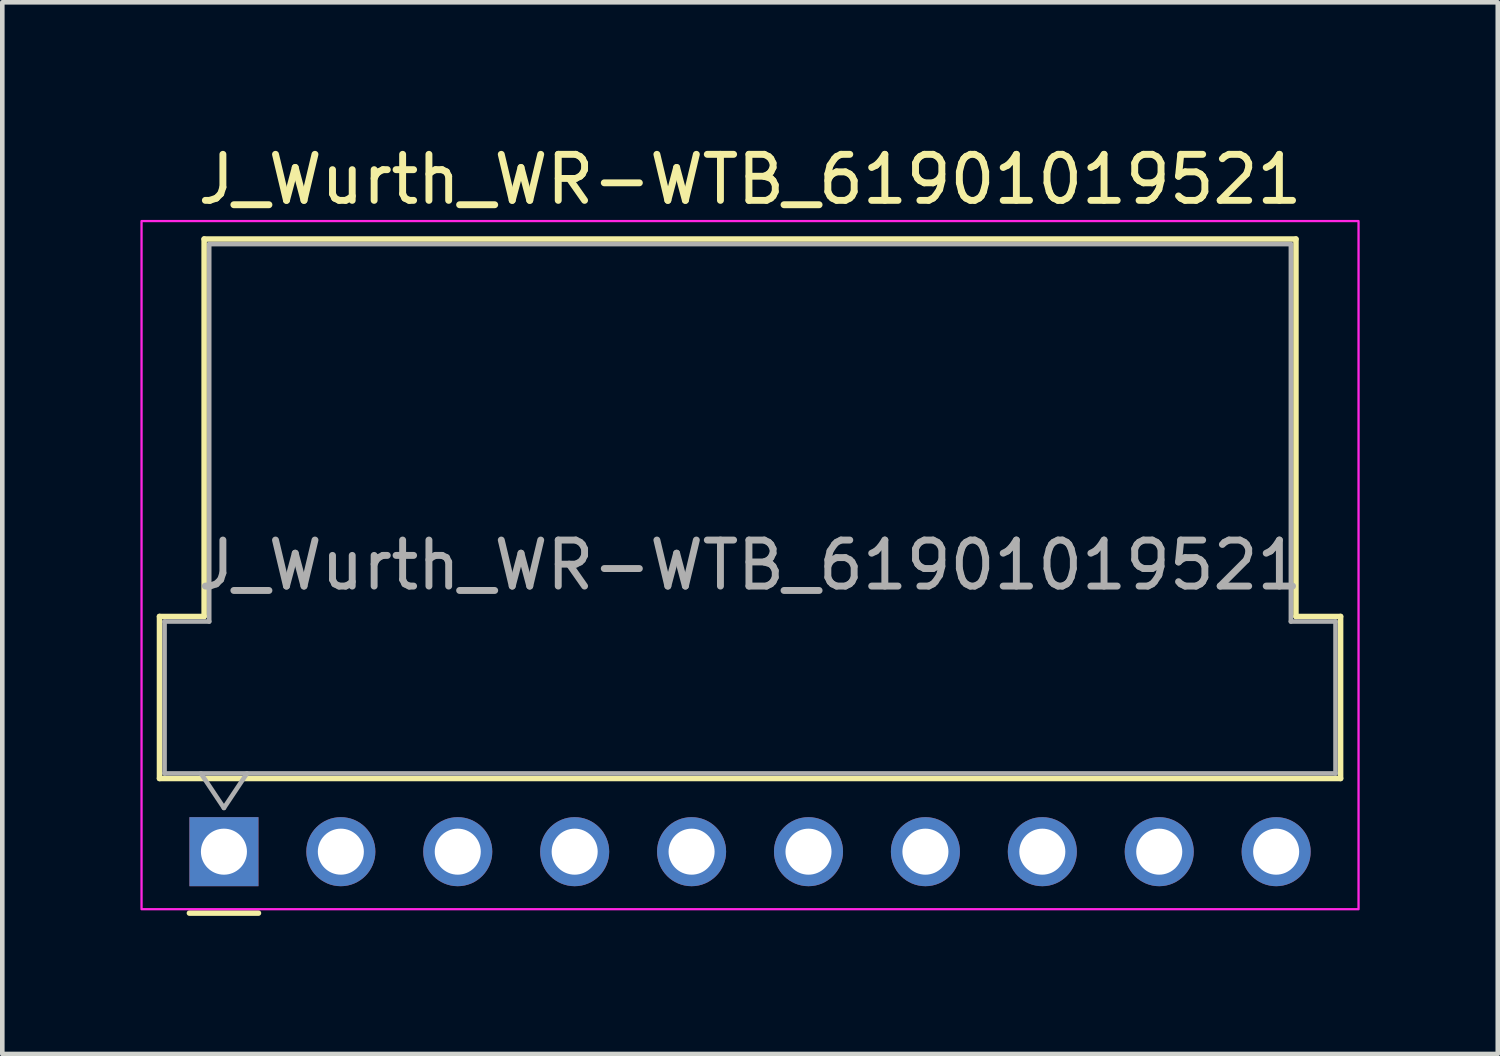
<source format=kicad_pcb>
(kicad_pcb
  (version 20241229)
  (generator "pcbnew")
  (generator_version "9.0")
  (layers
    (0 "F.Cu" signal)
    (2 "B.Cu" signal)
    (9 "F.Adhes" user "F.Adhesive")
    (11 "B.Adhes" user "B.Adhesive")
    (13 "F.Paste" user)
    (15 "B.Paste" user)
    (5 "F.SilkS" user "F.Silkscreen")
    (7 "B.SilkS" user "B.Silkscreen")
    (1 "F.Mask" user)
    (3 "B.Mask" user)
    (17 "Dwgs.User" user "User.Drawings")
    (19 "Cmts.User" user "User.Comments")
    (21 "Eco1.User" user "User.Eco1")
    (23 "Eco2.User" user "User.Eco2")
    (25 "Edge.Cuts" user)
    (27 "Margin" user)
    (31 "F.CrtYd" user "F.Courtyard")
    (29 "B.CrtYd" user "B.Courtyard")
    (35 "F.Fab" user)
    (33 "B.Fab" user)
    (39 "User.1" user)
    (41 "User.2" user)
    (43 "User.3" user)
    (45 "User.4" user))
  (footprint "J_Wurth_WR-WTB_61901019521"
    (layer "F.Cu")
    (at 1.815 15.453)
    (property "Reference" "J_Wurth_WR-WTB_61901019521" (at 11.43 -14.605 0) (unlocked yes) (layer "F.SilkS") (effects (font (size 1 1) (thickness 0.15))))
    (attr through_hole)
    (fp_line (start -1.4 -5.11) (end -1.4 -1.59) (stroke (width 0.12) (type default)) (layer "F.SilkS"))
    (fp_line (start -1.4 -1.59) (end 24.26 -1.59) (stroke (width 0.12) (type default)) (layer "F.SilkS"))
    (fp_line (start -0.43 -13.31) (end -0.43 -5.11) (stroke (width 0.12) (type default)) (layer "F.SilkS"))
    (fp_line (start -0.43 -5.11) (end -1.4 -5.11) (stroke (width 0.12) (type default)) (layer "F.SilkS"))
    (fp_line (start 0.75 1.335) (end -0.75 1.335) (stroke (width 0.12) (type solid)) (layer "F.SilkS"))
    (fp_line (start 23.29 -13.31) (end -0.43 -13.31) (stroke (width 0.12) (type default)) (layer "F.SilkS"))
    (fp_line (start 23.29 -5.11) (end 23.29 -13.31) (stroke (width 0.12) (type default)) (layer "F.SilkS"))
    (fp_line (start 24.26 -5.11) (end 23.29 -5.11) (stroke (width 0.12) (type default)) (layer "F.SilkS"))
    (fp_line (start 24.26 -1.59) (end 24.26 -5.11) (stroke (width 0.12) (type default)) (layer "F.SilkS"))
    (fp_rect (start -1.79 -13.7) (end 24.65 1.25) (stroke (width 0.05) (type solid)) (fill no) (layer "F.CrtYd"))
    (fp_line (start -1.29 -5) (end -1.29 -1.7) (stroke (width 0.1) (type solid)) (layer "F.Fab"))
    (fp_line (start -1.29 -5) (end -0.32 -5) (stroke (width 0.1) (type solid)) (layer "F.Fab"))
    (fp_line (start -0.32 -13.2) (end -0.32 -5) (stroke (width 0.1) (type solid)) (layer "F.Fab"))
    (fp_line (start 0 -0.95) (end -0.5 -1.7) (stroke (width 0.1) (type solid)) (layer "F.Fab"))
    (fp_line (start 0 -0.95) (end 0.5 -1.7) (stroke (width 0.1) (type solid)) (layer "F.Fab"))
    (fp_line (start 23.18 -13.2) (end -0.32 -13.2) (stroke (width 0.1) (type solid)) (layer "F.Fab"))
    (fp_line (start 23.18 -13.2) (end 23.18 -5) (stroke (width 0.1) (type solid)) (layer "F.Fab"))
    (fp_line (start 24.15 -5) (end 23.18 -5) (stroke (width 0.1) (type solid)) (layer "F.Fab"))
    (fp_line (start 24.15 -5) (end 24.15 -1.7) (stroke (width 0.1) (type solid)) (layer "F.Fab"))
    (fp_line (start 24.15 -1.7) (end -1.29 -1.7) (stroke (width 0.1) (type solid)) (layer "F.Fab"))
    (fp_text user "${REFERENCE}" (at 11.43 -6.225 0) (unlocked yes) (layer "F.Fab") (effects (font (size 1 1) (thickness 0.15))))
    (pad "1" thru_hole rect (at 0 0) (size 1.5 1.5) (drill 1) (layers "*.Cu" "*.Mask"))
    (pad "2" thru_hole circle (at 2.54 0) (size 1.5 1.5) (drill 1) (layers "*.Cu" "*.Mask"))
    (pad "3" thru_hole circle (at 5.08 0) (size 1.5 1.5) (drill 1) (layers "*.Cu" "*.Mask"))
    (pad "4" thru_hole circle (at 7.62 0) (size 1.5 1.5) (drill 1) (layers "*.Cu" "*.Mask"))
    (pad "5" thru_hole circle (at 10.16 0) (size 1.5 1.5) (drill 1) (layers "*.Cu" "*.Mask"))
    (pad "6" thru_hole circle (at 12.7 0) (size 1.5 1.5) (drill 1) (layers "*.Cu" "*.Mask"))
    (pad "7" thru_hole circle (at 15.24 0) (size 1.5 1.5) (drill 1) (layers "*.Cu" "*.Mask"))
    (pad "8" thru_hole circle (at 17.78 0) (size 1.5 1.5) (drill 1) (layers "*.Cu" "*.Mask"))
    (pad "9" thru_hole circle (at 20.32 0) (size 1.5 1.5) (drill 1) (layers "*.Cu" "*.Mask"))
    (pad "10" thru_hole circle (at 22.86 0) (size 1.5 1.5) (drill 1) (layers "*.Cu" "*.Mask")))
  (gr_rect
    (start -3 -3)
    (end 29.49 19.848)
    (stroke (width 0.1) (type default))
    (fill no)
    (layer "Edge.Cuts")))
</source>
